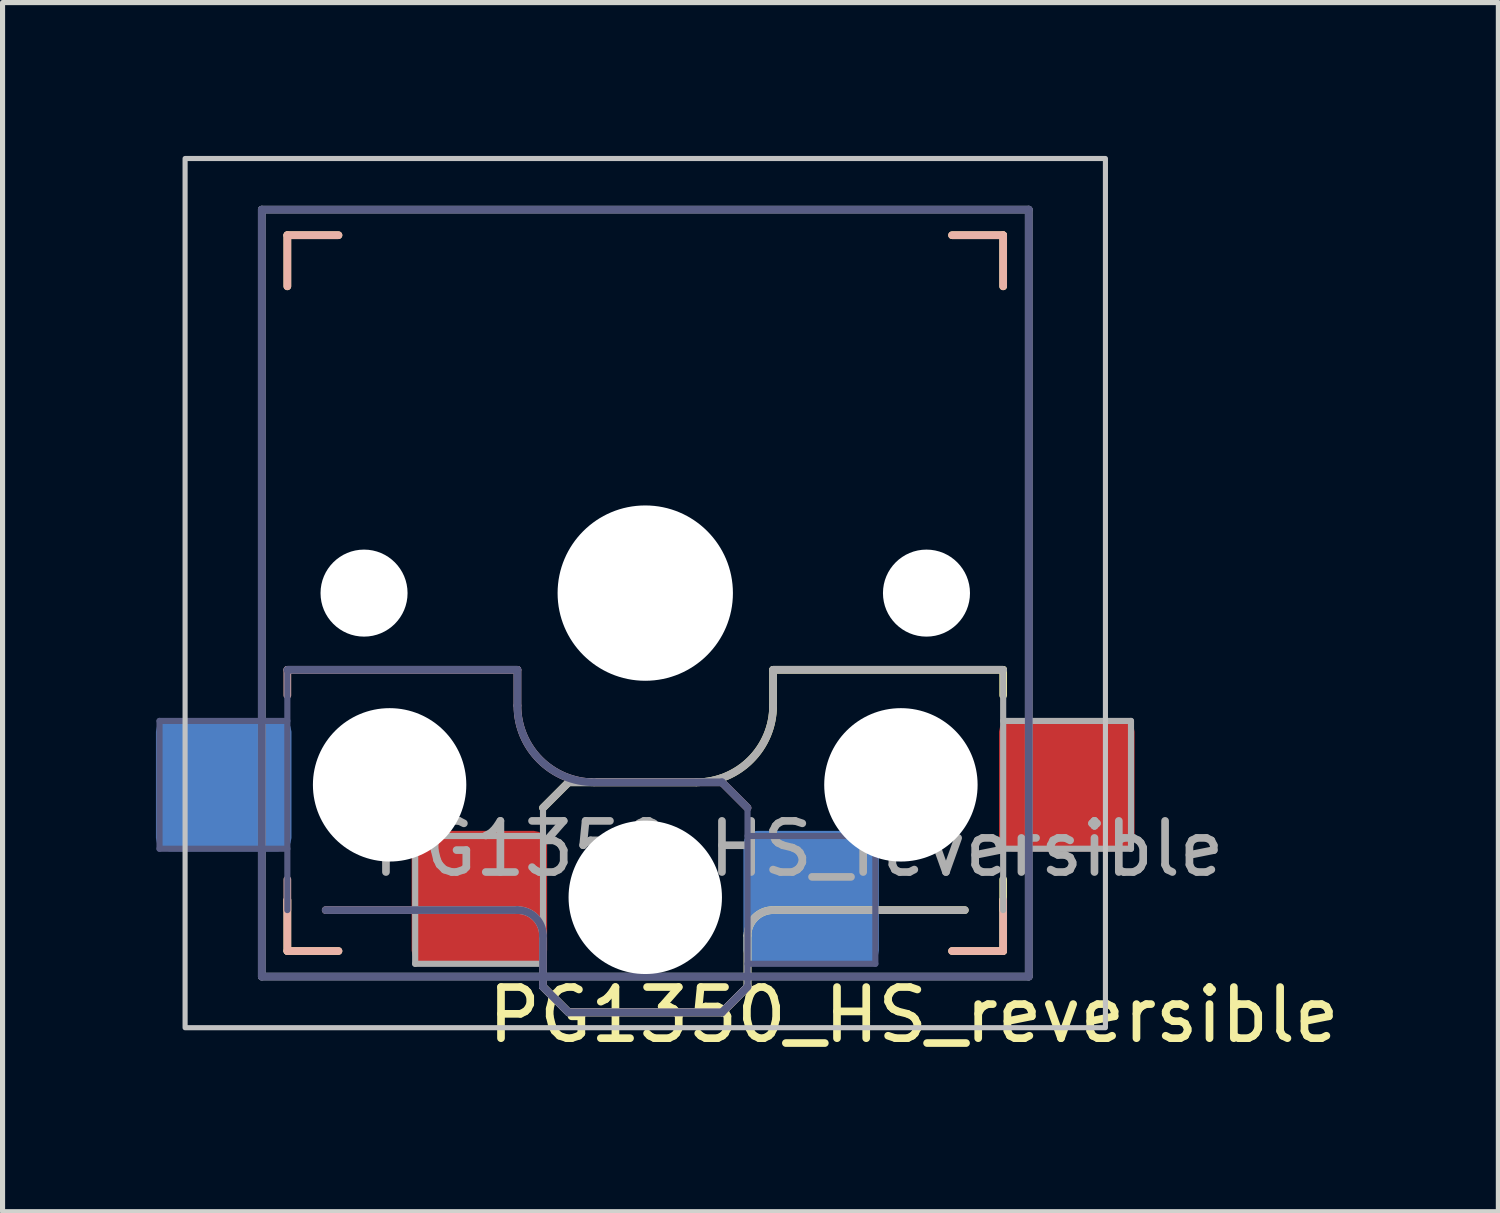
<source format=kicad_pcb>
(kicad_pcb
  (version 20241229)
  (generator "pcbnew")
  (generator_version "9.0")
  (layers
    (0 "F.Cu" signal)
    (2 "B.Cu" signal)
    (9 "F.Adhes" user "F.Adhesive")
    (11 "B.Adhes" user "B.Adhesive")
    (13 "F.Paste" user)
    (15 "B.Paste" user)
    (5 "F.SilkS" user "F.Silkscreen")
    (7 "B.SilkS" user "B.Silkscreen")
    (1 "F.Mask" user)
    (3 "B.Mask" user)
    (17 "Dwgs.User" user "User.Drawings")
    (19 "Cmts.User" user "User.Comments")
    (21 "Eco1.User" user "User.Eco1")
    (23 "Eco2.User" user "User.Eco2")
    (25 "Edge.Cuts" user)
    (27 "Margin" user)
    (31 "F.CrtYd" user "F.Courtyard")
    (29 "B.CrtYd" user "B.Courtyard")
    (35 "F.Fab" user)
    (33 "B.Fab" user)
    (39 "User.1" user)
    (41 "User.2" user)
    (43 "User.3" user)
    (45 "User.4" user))
  (footprint "PG1350_HS_reversible"
    (layer "F.Cu")
    (at 9.57 8.55)
    (property "Reference" "PG1350_HS_reversible" (at 5.25 8.25 0) (layer "F.SilkS") (effects (font (size 1 1) (thickness 0.15))))
    (attr smd)
    (fp_line (start -7 -7) (end -6 -7) (stroke (width 0.15) (type solid)) (layer "F.SilkS"))
    (fp_line (start -7 -6) (end -7 -7) (stroke (width 0.15) (type solid)) (layer "F.SilkS"))
    (fp_line (start -7 7) (end -7 6) (stroke (width 0.15) (type solid)) (layer "F.SilkS"))
    (fp_line (start -6 7) (end -7 7) (stroke (width 0.15) (type solid)) (layer "F.SilkS"))
    (fp_line (start -2 4.2) (end -1.5 3.7) (stroke (width 0.15) (type solid)) (layer "F.SilkS"))
    (fp_line (start -2 7.7) (end -1.5 8.2) (stroke (width 0.15) (type solid)) (layer "F.SilkS"))
    (fp_line (start -1.5 3.7) (end 1 3.7) (stroke (width 0.15) (type solid)) (layer "F.SilkS"))
    (fp_line (start -1.5 8.2) (end 1.5 8.2) (stroke (width 0.15) (type solid)) (layer "F.SilkS"))
    (fp_line (start 1.5 8.2) (end 2 7.7) (stroke (width 0.15) (type solid)) (layer "F.SilkS"))
    (fp_line (start 2 6.7) (end 2 7.7) (stroke (width 0.15) (type solid)) (layer "F.SilkS"))
    (fp_line (start 2.5 1.5) (end 7 1.5) (stroke (width 0.15) (type solid)) (layer "F.SilkS"))
    (fp_line (start 2.5 2.2) (end 2.5 1.5) (stroke (width 0.15) (type solid)) (layer "F.SilkS"))
    (fp_line (start 6 -7) (end 7 -7) (stroke (width 0.15) (type solid)) (layer "F.SilkS"))
    (fp_line (start 6.25 6.2) (end 2.5 6.2) (stroke (width 0.15) (type solid)) (layer "F.SilkS"))
    (fp_line (start 7 -7) (end 7 -6) (stroke (width 0.15) (type solid)) (layer "F.SilkS"))
    (fp_line (start 7 1.5) (end 7 2) (stroke (width 0.15) (type solid)) (layer "F.SilkS"))
    (fp_line (start 7 5.6) (end 7 6.2) (stroke (width 0.15) (type solid)) (layer "F.SilkS"))
    (fp_line (start 7 6) (end 7 7) (stroke (width 0.15) (type solid)) (layer "F.SilkS"))
    (fp_line (start 7 7) (end 6 7) (stroke (width 0.15) (type solid)) (layer "F.SilkS"))
    (fp_arc (start 2 6.7) (mid 2.146447 6.346447) (end 2.5 6.2) (stroke (width 0.15) (type solid)) (layer "F.SilkS"))
    (fp_arc (start 2.5 2.2) (mid 2.06066 3.26066) (end 1 3.7) (stroke (width 0.15) (type solid)) (layer "F.SilkS"))
    (fp_line (start -7 -7) (end -6 -7) (stroke (width 0.15) (type solid)) (layer "B.SilkS"))
    (fp_line (start -7 -6) (end -7 -7) (stroke (width 0.15) (type solid)) (layer "B.SilkS"))
    (fp_line (start -7 1.5) (end -7 2) (stroke (width 0.15) (type solid)) (layer "B.SilkS"))
    (fp_line (start -7 5.6) (end -7 6.2) (stroke (width 0.15) (type solid)) (layer "B.SilkS"))
    (fp_line (start -7 7) (end -7 6) (stroke (width 0.15) (type solid)) (layer "B.SilkS"))
    (fp_line (start -6.25 6.2) (end -2.5 6.2) (stroke (width 0.15) (type solid)) (layer "B.SilkS"))
    (fp_line (start -6 7) (end -7 7) (stroke (width 0.15) (type solid)) (layer "B.SilkS"))
    (fp_line (start -2.5 1.5) (end -7 1.5) (stroke (width 0.15) (type solid)) (layer "B.SilkS"))
    (fp_line (start -2.5 2.2) (end -2.5 1.5) (stroke (width 0.15) (type solid)) (layer "B.SilkS"))
    (fp_line (start -2 6.7) (end -2 7.7) (stroke (width 0.15) (type solid)) (layer "B.SilkS"))
    (fp_line (start -1.5 8.2) (end -2 7.7) (stroke (width 0.15) (type solid)) (layer "B.SilkS"))
    (fp_line (start 1.5 3.7) (end -1 3.7) (stroke (width 0.15) (type solid)) (layer "B.SilkS"))
    (fp_line (start 1.5 8.2) (end -1.5 8.2) (stroke (width 0.15) (type solid)) (layer "B.SilkS"))
    (fp_line (start 2 4.2) (end 1.5 3.7) (stroke (width 0.15) (type solid)) (layer "B.SilkS"))
    (fp_line (start 2 7.7) (end 1.5 8.2) (stroke (width 0.15) (type solid)) (layer "B.SilkS"))
    (fp_line (start 6 -7) (end 7 -7) (stroke (width 0.15) (type solid)) (layer "B.SilkS"))
    (fp_line (start 7 -7) (end 7 -6) (stroke (width 0.15) (type solid)) (layer "B.SilkS"))
    (fp_line (start 7 6) (end 7 7) (stroke (width 0.15) (type solid)) (layer "B.SilkS"))
    (fp_line (start 7 7) (end 6 7) (stroke (width 0.15) (type solid)) (layer "B.SilkS"))
    (fp_arc (start -2.5 6.2) (mid -2.146447 6.346447) (end -2 6.7) (stroke (width 0.15) (type solid)) (layer "B.SilkS"))
    (fp_arc (start -1 3.7) (mid -2.06066 3.26066) (end -2.5 2.2) (stroke (width 0.15) (type solid)) (layer "B.SilkS"))
    (fp_rect (start -9 -8.5) (end 9 8.5) (stroke (width 0.1) (type default)) (fill no) (layer "Dwgs.User"))
    (fp_line (start -6.9 6.9) (end -6.9 -6.9) (stroke (width 0.15) (type solid)) (layer "Eco2.User"))
    (fp_line (start -6.9 6.9) (end 6.9 6.9) (stroke (width 0.15) (type solid)) (layer "Eco2.User"))
    (fp_line (start -2.6 -3.1) (end -2.6 -6.3) (stroke (width 0.15) (type solid)) (layer "Eco2.User"))
    (fp_line (start -2.6 -3.1) (end 2.6 -3.1) (stroke (width 0.15) (type solid)) (layer "Eco2.User"))
    (fp_line (start 2.6 -6.3) (end -2.6 -6.3) (stroke (width 0.15) (type solid)) (layer "Eco2.User"))
    (fp_line (start 2.6 -3.1) (end 2.6 -6.3) (stroke (width 0.15) (type solid)) (layer "Eco2.User"))
    (fp_line (start 6.9 -6.9) (end -6.9 -6.9) (stroke (width 0.15) (type solid)) (layer "Eco2.User"))
    (fp_line (start 6.9 -6.9) (end 6.9 6.9) (stroke (width 0.15) (type solid)) (layer "Eco2.User"))
    (fp_line (start -9.5 2.5) (end -7 2.5) (stroke (width 0.12) (type solid)) (layer "B.Fab"))
    (fp_line (start -9.5 5) (end -9.5 2.5) (stroke (width 0.12) (type solid)) (layer "B.Fab"))
    (fp_line (start -7.5 -7.5) (end 7.5 -7.5) (stroke (width 0.15) (type solid)) (layer "B.Fab"))
    (fp_line (start -7.5 7.5) (end -7.5 -7.5) (stroke (width 0.15) (type solid)) (layer "B.Fab"))
    (fp_line (start -7 1.5) (end -7 6.2) (stroke (width 0.12) (type solid)) (layer "B.Fab"))
    (fp_line (start -7 5) (end -9.5 5) (stroke (width 0.12) (type solid)) (layer "B.Fab"))
    (fp_line (start -6.25 6.2) (end -2.5 6.2) (stroke (width 0.15) (type solid)) (layer "B.Fab"))
    (fp_line (start -2.5 1.5) (end -7 1.5) (stroke (width 0.15) (type solid)) (layer "B.Fab"))
    (fp_line (start -2.5 2.2) (end -2.5 1.5) (stroke (width 0.15) (type solid)) (layer "B.Fab"))
    (fp_line (start -2 6.7) (end -2 7.7) (stroke (width 0.15) (type solid)) (layer "B.Fab"))
    (fp_line (start -1.5 8.2) (end -2 7.7) (stroke (width 0.15) (type solid)) (layer "B.Fab"))
    (fp_line (start 1.5 3.7) (end -1 3.7) (stroke (width 0.15) (type solid)) (layer "B.Fab"))
    (fp_line (start 1.5 8.2) (end -1.5 8.2) (stroke (width 0.15) (type solid)) (layer "B.Fab"))
    (fp_line (start 2 4.2) (end 1.5 3.7) (stroke (width 0.15) (type solid)) (layer "B.Fab"))
    (fp_line (start 2 4.25) (end 2 7.7) (stroke (width 0.12) (type solid)) (layer "B.Fab"))
    (fp_line (start 2 4.75) (end 4.5 4.75) (stroke (width 0.12) (type solid)) (layer "B.Fab"))
    (fp_line (start 2 7.7) (end 1.5 8.2) (stroke (width 0.15) (type solid)) (layer "B.Fab"))
    (fp_line (start 4.5 4.75) (end 4.5 7.25) (stroke (width 0.12) (type solid)) (layer "B.Fab"))
    (fp_line (start 4.5 7.25) (end 2 7.25) (stroke (width 0.12) (type solid)) (layer "B.Fab"))
    (fp_line (start 7.5 -7.5) (end 7.5 7.5) (stroke (width 0.15) (type solid)) (layer "B.Fab"))
    (fp_line (start 7.5 7.5) (end -7.5 7.5) (stroke (width 0.15) (type solid)) (layer "B.Fab"))
    (fp_arc (start -2.5 6.2) (mid -2.146447 6.346447) (end -2 6.7) (stroke (width 0.15) (type solid)) (layer "B.Fab"))
    (fp_arc (start -1 3.7) (mid -2.06066 3.26066) (end -2.5 2.2) (stroke (width 0.15) (type solid)) (layer "B.Fab"))
    (fp_line (start -7.5 -7.5) (end 7.5 -7.5) (stroke (width 0.15) (type solid)) (layer "F.Fab"))
    (fp_line (start -7.5 7.5) (end -7.5 -7.5) (stroke (width 0.15) (type solid)) (layer "F.Fab"))
    (fp_line (start -4.5 4.75) (end -4.5 7.25) (stroke (width 0.12) (type solid)) (layer "F.Fab"))
    (fp_line (start -4.5 7.25) (end -2 7.25) (stroke (width 0.12) (type solid)) (layer "F.Fab"))
    (fp_line (start -2 4.2) (end -1.5 3.7) (stroke (width 0.15) (type solid)) (layer "F.Fab"))
    (fp_line (start -2 4.25) (end -2 7.7) (stroke (width 0.12) (type solid)) (layer "F.Fab"))
    (fp_line (start -2 4.75) (end -4.5 4.75) (stroke (width 0.12) (type solid)) (layer "F.Fab"))
    (fp_line (start -2 7.7) (end -1.5 8.2) (stroke (width 0.15) (type solid)) (layer "F.Fab"))
    (fp_line (start -1.5 3.7) (end 1 3.7) (stroke (width 0.15) (type solid)) (layer "F.Fab"))
    (fp_line (start -1.5 8.2) (end 1.5 8.2) (stroke (width 0.15) (type solid)) (layer "F.Fab"))
    (fp_line (start 1.5 8.2) (end 2 7.7) (stroke (width 0.15) (type solid)) (layer "F.Fab"))
    (fp_line (start 2 6.7) (end 2 7.7) (stroke (width 0.15) (type solid)) (layer "F.Fab"))
    (fp_line (start 2.5 1.5) (end 7 1.5) (stroke (width 0.15) (type solid)) (layer "F.Fab"))
    (fp_line (start 2.5 2.2) (end 2.5 1.5) (stroke (width 0.15) (type solid)) (layer "F.Fab"))
    (fp_line (start 6.25 6.2) (end 2.5 6.2) (stroke (width 0.15) (type solid)) (layer "F.Fab"))
    (fp_line (start 7 1.5) (end 7 6.2) (stroke (width 0.12) (type solid)) (layer "F.Fab"))
    (fp_line (start 7 5) (end 9.5 5) (stroke (width 0.12) (type solid)) (layer "F.Fab"))
    (fp_line (start 7.5 -7.5) (end 7.5 7.5) (stroke (width 0.15) (type solid)) (layer "F.Fab"))
    (fp_line (start 7.5 7.5) (end -7.5 7.5) (stroke (width 0.15) (type solid)) (layer "F.Fab"))
    (fp_line (start 9.5 2.5) (end 7 2.5) (stroke (width 0.12) (type solid)) (layer "F.Fab"))
    (fp_line (start 9.5 5) (end 9.5 2.5) (stroke (width 0.12) (type solid)) (layer "F.Fab"))
    (fp_arc (start 2 6.7) (mid 2.146447 6.346447) (end 2.5 6.2) (stroke (width 0.15) (type solid)) (layer "F.Fab"))
    (fp_arc (start 2.5 2.2) (mid 2.06066 3.26066) (end 1 3.7) (stroke (width 0.15) (type solid)) (layer "F.Fab"))
    (fp_text user "${REFERENCE}" (at 3 5 180) (layer "F.Fab") (effects (font (size 1 1) (thickness 0.15))))
    (pad "" np_thru_hole circle (at -5.5 0) (size 1.702 1.702) (drill 1.702) (layers "*.Cu" "*.Mask"))
    (pad "" np_thru_hole circle (at -5 3.75) (size 3 3) (drill 3) (layers "*.Cu" "*.Mask"))
    (pad "" np_thru_hole circle (at 0 0) (size 3.429 3.429) (drill 3.429) (layers "*.Cu" "*.Mask"))
    (pad "" np_thru_hole circle (at 0 5.95) (size 3 3) (drill 3) (layers "*.Cu" "*.Mask"))
    (pad "" np_thru_hole circle (at 5 3.75) (size 3 3) (drill 3) (layers "*.Cu" "*.Mask"))
    (pad "" np_thru_hole circle (at 5.5 0) (size 1.702 1.702) (drill 1.702) (layers "*.Cu" "*.Mask"))
    (pad "1" smd roundrect (at -3.245 5.95) (size 2.65 2.6) (layers "F.Cu" "F.Mask" "F.Paste") (roundrect_rratio 0.1))
    (pad "1" smd roundrect (at 3.245 5.95) (size 2.65 2.6) (layers "B.Cu" "B.Mask" "B.Paste") (roundrect_rratio 0.1))
    (pad "2" smd roundrect (at -8.245 3.75) (size 2.65 2.6) (layers "B.Cu" "B.Mask" "B.Paste") (roundrect_rratio 0.1))
    (pad "2" smd roundrect (at 8.245 3.75) (size 2.65 2.6) (layers "F.Cu" "F.Mask" "F.Paste") (roundrect_rratio 0.1)))
  (gr_rect
    (start -3 -3)
    (end 26.255 20.648)
    (stroke (width 0.1) (type default))
    (fill no)
    (layer "Edge.Cuts")))
</source>
